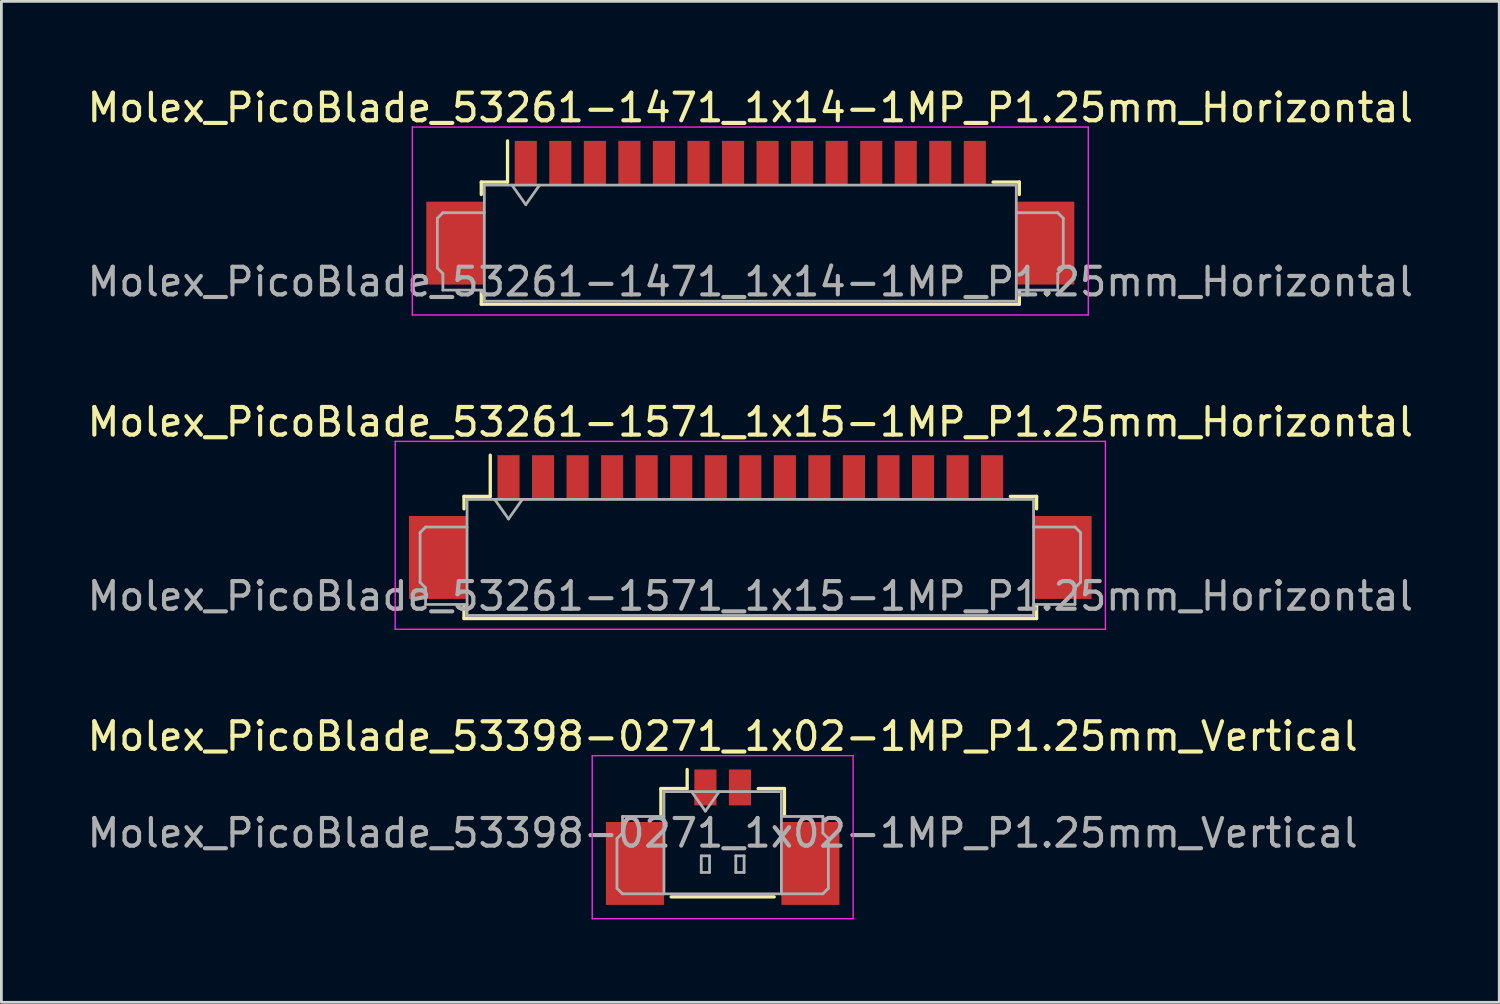
<source format=kicad_pcb>
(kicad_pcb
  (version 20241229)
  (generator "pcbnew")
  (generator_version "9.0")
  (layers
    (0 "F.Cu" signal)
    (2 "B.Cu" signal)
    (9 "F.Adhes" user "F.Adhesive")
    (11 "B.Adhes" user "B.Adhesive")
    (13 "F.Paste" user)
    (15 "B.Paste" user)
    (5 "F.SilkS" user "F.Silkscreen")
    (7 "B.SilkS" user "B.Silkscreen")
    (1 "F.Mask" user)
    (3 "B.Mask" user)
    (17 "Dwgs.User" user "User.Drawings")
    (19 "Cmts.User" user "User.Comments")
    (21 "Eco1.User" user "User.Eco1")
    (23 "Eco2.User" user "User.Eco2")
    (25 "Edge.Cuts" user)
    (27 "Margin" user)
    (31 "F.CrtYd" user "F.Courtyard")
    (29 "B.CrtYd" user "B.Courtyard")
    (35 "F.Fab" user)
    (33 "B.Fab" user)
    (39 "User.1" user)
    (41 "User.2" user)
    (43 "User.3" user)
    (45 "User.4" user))
  (footprint "Molex_PicoBlade_53261-1471_1x14-1MP_P1.25mm_Horizontal"
    (layer "F.Cu")
    (at 24.101 5.248)
    (property "Reference" "Molex_PicoBlade_53261-1471_1x14-1MP_P1.25mm_Horizontal" (at 0 -4.4 0) (layer "F.SilkS") (effects (font (size 1 1) (thickness 0.15))))
    (attr smd)
    (fp_line (start -9.735 -1.71) (end -8.785 -1.71) (stroke (width 0.12) (type solid)) (layer "F.SilkS"))
    (fp_line (start -9.735 -1.26) (end -9.735 -1.71) (stroke (width 0.12) (type solid)) (layer "F.SilkS"))
    (fp_line (start -9.735 2.26) (end -9.735 2.71) (stroke (width 0.12) (type solid)) (layer "F.SilkS"))
    (fp_line (start -9.735 2.71) (end 9.735 2.71) (stroke (width 0.12) (type solid)) (layer "F.SilkS"))
    (fp_line (start -8.785 -1.71) (end -8.785 -3.2) (stroke (width 0.12) (type solid)) (layer "F.SilkS"))
    (fp_line (start 9.735 -1.71) (end 8.785 -1.71) (stroke (width 0.12) (type solid)) (layer "F.SilkS"))
    (fp_line (start 9.735 -1.26) (end 9.735 -1.71) (stroke (width 0.12) (type solid)) (layer "F.SilkS"))
    (fp_line (start 9.735 2.71) (end 9.735 2.26) (stroke (width 0.12) (type solid)) (layer "F.SilkS"))
    (fp_line (start -12.23 -3.7) (end -12.23 3.1) (stroke (width 0.05) (type solid)) (layer "F.CrtYd"))
    (fp_line (start -12.23 3.1) (end 12.23 3.1) (stroke (width 0.05) (type solid)) (layer "F.CrtYd"))
    (fp_line (start 12.23 -3.7) (end -12.23 -3.7) (stroke (width 0.05) (type solid)) (layer "F.CrtYd"))
    (fp_line (start 12.23 3.1) (end 12.23 -3.7) (stroke (width 0.05) (type solid)) (layer "F.CrtYd"))
    (fp_line (start -11.325 -0.4) (end -11.325 1.4) (stroke (width 0.1) (type solid)) (layer "F.Fab"))
    (fp_line (start -11.325 1.4) (end -11.125 1.6) (stroke (width 0.1) (type solid)) (layer "F.Fab"))
    (fp_line (start -11.125 -0.6) (end -11.325 -0.4) (stroke (width 0.1) (type solid)) (layer "F.Fab"))
    (fp_line (start -11.125 1.6) (end -11.125 2.2) (stroke (width 0.1) (type solid)) (layer "F.Fab"))
    (fp_line (start -11.125 2.2) (end -9.625 2.2) (stroke (width 0.1) (type solid)) (layer "F.Fab"))
    (fp_line (start -9.625 -1.6) (end -9.625 2.6) (stroke (width 0.1) (type solid)) (layer "F.Fab"))
    (fp_line (start -9.625 -1.6) (end 9.625 -1.6) (stroke (width 0.1) (type solid)) (layer "F.Fab"))
    (fp_line (start -9.625 -0.6) (end -11.125 -0.6) (stroke (width 0.1) (type solid)) (layer "F.Fab"))
    (fp_line (start -9.625 2.6) (end 9.625 2.6) (stroke (width 0.1) (type solid)) (layer "F.Fab"))
    (fp_line (start -8.625 -1.6) (end -8.125 -0.893) (stroke (width 0.1) (type solid)) (layer "F.Fab"))
    (fp_line (start -8.125 -0.893) (end -7.625 -1.6) (stroke (width 0.1) (type solid)) (layer "F.Fab"))
    (fp_line (start 9.625 -1.6) (end 9.625 2.6) (stroke (width 0.1) (type solid)) (layer "F.Fab"))
    (fp_line (start 9.625 -0.6) (end 11.125 -0.6) (stroke (width 0.1) (type solid)) (layer "F.Fab"))
    (fp_line (start 11.125 -0.6) (end 11.325 -0.4) (stroke (width 0.1) (type solid)) (layer "F.Fab"))
    (fp_line (start 11.125 1.6) (end 11.125 2.2) (stroke (width 0.1) (type solid)) (layer "F.Fab"))
    (fp_line (start 11.125 2.2) (end 9.625 2.2) (stroke (width 0.1) (type solid)) (layer "F.Fab"))
    (fp_line (start 11.325 -0.4) (end 11.325 1.4) (stroke (width 0.1) (type solid)) (layer "F.Fab"))
    (fp_line (start 11.325 1.4) (end 11.125 1.6) (stroke (width 0.1) (type solid)) (layer "F.Fab"))
    (fp_text user "${REFERENCE}" (at 0 1.9 0) (layer "F.Fab") (effects (font (size 1 1) (thickness 0.15))))
    (pad "1" smd rect (at -8.125 -2.4) (size 0.8 1.6) (layers "F.Cu" "F.Mask" "F.Paste"))
    (pad "2" smd rect (at -6.875 -2.4) (size 0.8 1.6) (layers "F.Cu" "F.Mask" "F.Paste"))
    (pad "3" smd rect (at -5.625 -2.4) (size 0.8 1.6) (layers "F.Cu" "F.Mask" "F.Paste"))
    (pad "4" smd rect (at -4.375 -2.4) (size 0.8 1.6) (layers "F.Cu" "F.Mask" "F.Paste"))
    (pad "5" smd rect (at -3.125 -2.4) (size 0.8 1.6) (layers "F.Cu" "F.Mask" "F.Paste"))
    (pad "6" smd rect (at -1.875 -2.4) (size 0.8 1.6) (layers "F.Cu" "F.Mask" "F.Paste"))
    (pad "7" smd rect (at -0.625 -2.4) (size 0.8 1.6) (layers "F.Cu" "F.Mask" "F.Paste"))
    (pad "8" smd rect (at 0.625 -2.4) (size 0.8 1.6) (layers "F.Cu" "F.Mask" "F.Paste"))
    (pad "9" smd rect (at 1.875 -2.4) (size 0.8 1.6) (layers "F.Cu" "F.Mask" "F.Paste"))
    (pad "10" smd rect (at 3.125 -2.4) (size 0.8 1.6) (layers "F.Cu" "F.Mask" "F.Paste"))
    (pad "11" smd rect (at 4.375 -2.4) (size 0.8 1.6) (layers "F.Cu" "F.Mask" "F.Paste"))
    (pad "12" smd rect (at 5.625 -2.4) (size 0.8 1.6) (layers "F.Cu" "F.Mask" "F.Paste"))
    (pad "13" smd rect (at 6.875 -2.4) (size 0.8 1.6) (layers "F.Cu" "F.Mask" "F.Paste"))
    (pad "14" smd rect (at 8.125 -2.4) (size 0.8 1.6) (layers "F.Cu" "F.Mask" "F.Paste"))
    (pad "MP" smd rect (at -10.675 0.5) (size 2.1 3) (layers "F.Cu" "F.Mask" "F.Paste"))
    (pad "MP" smd rect (at 10.675 0.5) (size 2.1 3) (layers "F.Cu" "F.Mask" "F.Paste")))
  (footprint "Molex_PicoBlade_53261-1571_1x15-1MP_P1.25mm_Horizontal"
    (layer "F.Cu")
    (at 24.101 16.622)
    (property "Reference" "Molex_PicoBlade_53261-1571_1x15-1MP_P1.25mm_Horizontal" (at 0 -4.4 0) (layer "F.SilkS") (effects (font (size 1 1) (thickness 0.15))))
    (attr smd)
    (fp_line (start -10.36 -1.71) (end -9.41 -1.71) (stroke (width 0.12) (type solid)) (layer "F.SilkS"))
    (fp_line (start -10.36 -1.26) (end -10.36 -1.71) (stroke (width 0.12) (type solid)) (layer "F.SilkS"))
    (fp_line (start -10.36 2.26) (end -10.36 2.71) (stroke (width 0.12) (type solid)) (layer "F.SilkS"))
    (fp_line (start -10.36 2.71) (end 10.36 2.71) (stroke (width 0.12) (type solid)) (layer "F.SilkS"))
    (fp_line (start -9.41 -1.71) (end -9.41 -3.2) (stroke (width 0.12) (type solid)) (layer "F.SilkS"))
    (fp_line (start 10.36 -1.71) (end 9.41 -1.71) (stroke (width 0.12) (type solid)) (layer "F.SilkS"))
    (fp_line (start 10.36 -1.26) (end 10.36 -1.71) (stroke (width 0.12) (type solid)) (layer "F.SilkS"))
    (fp_line (start 10.36 2.71) (end 10.36 2.26) (stroke (width 0.12) (type solid)) (layer "F.SilkS"))
    (fp_line (start -12.85 -3.7) (end -12.85 3.1) (stroke (width 0.05) (type solid)) (layer "F.CrtYd"))
    (fp_line (start -12.85 3.1) (end 12.85 3.1) (stroke (width 0.05) (type solid)) (layer "F.CrtYd"))
    (fp_line (start 12.85 -3.7) (end -12.85 -3.7) (stroke (width 0.05) (type solid)) (layer "F.CrtYd"))
    (fp_line (start 12.85 3.1) (end 12.85 -3.7) (stroke (width 0.05) (type solid)) (layer "F.CrtYd"))
    (fp_line (start -11.95 -0.4) (end -11.95 1.4) (stroke (width 0.1) (type solid)) (layer "F.Fab"))
    (fp_line (start -11.95 1.4) (end -11.75 1.6) (stroke (width 0.1) (type solid)) (layer "F.Fab"))
    (fp_line (start -11.75 -0.6) (end -11.95 -0.4) (stroke (width 0.1) (type solid)) (layer "F.Fab"))
    (fp_line (start -11.75 1.6) (end -11.75 2.2) (stroke (width 0.1) (type solid)) (layer "F.Fab"))
    (fp_line (start -11.75 2.2) (end -10.25 2.2) (stroke (width 0.1) (type solid)) (layer "F.Fab"))
    (fp_line (start -10.25 -1.6) (end -10.25 2.6) (stroke (width 0.1) (type solid)) (layer "F.Fab"))
    (fp_line (start -10.25 -1.6) (end 10.25 -1.6) (stroke (width 0.1) (type solid)) (layer "F.Fab"))
    (fp_line (start -10.25 -0.6) (end -11.75 -0.6) (stroke (width 0.1) (type solid)) (layer "F.Fab"))
    (fp_line (start -10.25 2.6) (end 10.25 2.6) (stroke (width 0.1) (type solid)) (layer "F.Fab"))
    (fp_line (start -9.25 -1.6) (end -8.75 -0.893) (stroke (width 0.1) (type solid)) (layer "F.Fab"))
    (fp_line (start -8.75 -0.893) (end -8.25 -1.6) (stroke (width 0.1) (type solid)) (layer "F.Fab"))
    (fp_line (start 10.25 -1.6) (end 10.25 2.6) (stroke (width 0.1) (type solid)) (layer "F.Fab"))
    (fp_line (start 10.25 -0.6) (end 11.75 -0.6) (stroke (width 0.1) (type solid)) (layer "F.Fab"))
    (fp_line (start 11.75 -0.6) (end 11.95 -0.4) (stroke (width 0.1) (type solid)) (layer "F.Fab"))
    (fp_line (start 11.75 1.6) (end 11.75 2.2) (stroke (width 0.1) (type solid)) (layer "F.Fab"))
    (fp_line (start 11.75 2.2) (end 10.25 2.2) (stroke (width 0.1) (type solid)) (layer "F.Fab"))
    (fp_line (start 11.95 -0.4) (end 11.95 1.4) (stroke (width 0.1) (type solid)) (layer "F.Fab"))
    (fp_line (start 11.95 1.4) (end 11.75 1.6) (stroke (width 0.1) (type solid)) (layer "F.Fab"))
    (fp_text user "${REFERENCE}" (at 0 1.9 0) (layer "F.Fab") (effects (font (size 1 1) (thickness 0.15))))
    (pad "1" smd rect (at -8.75 -2.4) (size 0.8 1.6) (layers "F.Cu" "F.Mask" "F.Paste"))
    (pad "2" smd rect (at -7.5 -2.4) (size 0.8 1.6) (layers "F.Cu" "F.Mask" "F.Paste"))
    (pad "3" smd rect (at -6.25 -2.4) (size 0.8 1.6) (layers "F.Cu" "F.Mask" "F.Paste"))
    (pad "4" smd rect (at -5 -2.4) (size 0.8 1.6) (layers "F.Cu" "F.Mask" "F.Paste"))
    (pad "5" smd rect (at -3.75 -2.4) (size 0.8 1.6) (layers "F.Cu" "F.Mask" "F.Paste"))
    (pad "6" smd rect (at -2.5 -2.4) (size 0.8 1.6) (layers "F.Cu" "F.Mask" "F.Paste"))
    (pad "7" smd rect (at -1.25 -2.4) (size 0.8 1.6) (layers "F.Cu" "F.Mask" "F.Paste"))
    (pad "8" smd rect (at 0 -2.4) (size 0.8 1.6) (layers "F.Cu" "F.Mask" "F.Paste"))
    (pad "9" smd rect (at 1.25 -2.4) (size 0.8 1.6) (layers "F.Cu" "F.Mask" "F.Paste"))
    (pad "10" smd rect (at 2.5 -2.4) (size 0.8 1.6) (layers "F.Cu" "F.Mask" "F.Paste"))
    (pad "11" smd rect (at 3.75 -2.4) (size 0.8 1.6) (layers "F.Cu" "F.Mask" "F.Paste"))
    (pad "12" smd rect (at 5 -2.4) (size 0.8 1.6) (layers "F.Cu" "F.Mask" "F.Paste"))
    (pad "13" smd rect (at 6.25 -2.4) (size 0.8 1.6) (layers "F.Cu" "F.Mask" "F.Paste"))
    (pad "14" smd rect (at 7.5 -2.4) (size 0.8 1.6) (layers "F.Cu" "F.Mask" "F.Paste"))
    (pad "15" smd rect (at 8.75 -2.4) (size 0.8 1.6) (layers "F.Cu" "F.Mask" "F.Paste"))
    (pad "MP" smd rect (at -11.3 0.5) (size 2.1 3) (layers "F.Cu" "F.Mask" "F.Paste"))
    (pad "MP" smd rect (at 11.3 0.5) (size 2.1 3) (layers "F.Cu" "F.Mask" "F.Paste")))
  (footprint "Molex_PicoBlade_53398-0271_1x02-1MP_P1.25mm_Vertical"
    (layer "F.Cu")
    (at 23.101 26.695)
    (property "Reference" "Molex_PicoBlade_53398-0271_1x02-1MP_P1.25mm_Vertical" (at 0 -3.1 0) (layer "F.SilkS") (effects (font (size 1 1) (thickness 0.15))))
    (attr smd)
    (fp_line (start -2.235 -1.21) (end -1.285 -1.21) (stroke (width 0.12) (type solid)) (layer "F.SilkS"))
    (fp_line (start -2.235 -0.26) (end -2.235 -1.21) (stroke (width 0.12) (type solid)) (layer "F.SilkS"))
    (fp_line (start -1.865 2.71) (end 1.865 2.71) (stroke (width 0.12) (type solid)) (layer "F.SilkS"))
    (fp_line (start -1.285 -1.21) (end -1.285 -1.9) (stroke (width 0.12) (type solid)) (layer "F.SilkS"))
    (fp_line (start 2.235 -1.21) (end 1.285 -1.21) (stroke (width 0.12) (type solid)) (layer "F.SilkS"))
    (fp_line (start 2.235 -0.26) (end 2.235 -1.21) (stroke (width 0.12) (type solid)) (layer "F.SilkS"))
    (fp_line (start -4.72 -2.4) (end -4.72 3.5) (stroke (width 0.05) (type solid)) (layer "F.CrtYd"))
    (fp_line (start -4.72 3.5) (end 4.72 3.5) (stroke (width 0.05) (type solid)) (layer "F.CrtYd"))
    (fp_line (start 4.72 -2.4) (end -4.72 -2.4) (stroke (width 0.05) (type solid)) (layer "F.CrtYd"))
    (fp_line (start 4.72 3.5) (end 4.72 -2.4) (stroke (width 0.05) (type solid)) (layer "F.CrtYd"))
    (fp_line (start -3.825 0.6) (end -3.625 0.4) (stroke (width 0.1) (type solid)) (layer "F.Fab"))
    (fp_line (start -3.825 2.4) (end -3.825 0.6) (stroke (width 0.1) (type solid)) (layer "F.Fab"))
    (fp_line (start -3.625 -0.2) (end -2.125 -0.2) (stroke (width 0.1) (type solid)) (layer "F.Fab"))
    (fp_line (start -3.625 0.4) (end -3.625 -0.2) (stroke (width 0.1) (type solid)) (layer "F.Fab"))
    (fp_line (start -3.625 2.6) (end -3.825 2.4) (stroke (width 0.1) (type solid)) (layer "F.Fab"))
    (fp_line (start -2.125 -1.1) (end -2.125 2.6) (stroke (width 0.1) (type solid)) (layer "F.Fab"))
    (fp_line (start -2.125 -1.1) (end 2.125 -1.1) (stroke (width 0.1) (type solid)) (layer "F.Fab"))
    (fp_line (start -2.125 2.6) (end -3.625 2.6) (stroke (width 0.1) (type solid)) (layer "F.Fab"))
    (fp_line (start -2.125 2.6) (end 2.125 2.6) (stroke (width 0.1) (type solid)) (layer "F.Fab"))
    (fp_line (start -1.125 -1.1) (end -0.625 -0.393) (stroke (width 0.1) (type solid)) (layer "F.Fab"))
    (fp_line (start -0.775 1.225) (end -0.775 1.825) (stroke (width 0.1) (type solid)) (layer "F.Fab"))
    (fp_line (start -0.775 1.825) (end -0.475 1.825) (stroke (width 0.1) (type solid)) (layer "F.Fab"))
    (fp_line (start -0.625 -0.393) (end -0.125 -1.1) (stroke (width 0.1) (type solid)) (layer "F.Fab"))
    (fp_line (start -0.475 1.225) (end -0.775 1.225) (stroke (width 0.1) (type solid)) (layer "F.Fab"))
    (fp_line (start -0.475 1.825) (end -0.475 1.225) (stroke (width 0.1) (type solid)) (layer "F.Fab"))
    (fp_line (start 0.475 1.225) (end 0.475 1.825) (stroke (width 0.1) (type solid)) (layer "F.Fab"))
    (fp_line (start 0.475 1.825) (end 0.775 1.825) (stroke (width 0.1) (type solid)) (layer "F.Fab"))
    (fp_line (start 0.775 1.225) (end 0.475 1.225) (stroke (width 0.1) (type solid)) (layer "F.Fab"))
    (fp_line (start 0.775 1.825) (end 0.775 1.225) (stroke (width 0.1) (type solid)) (layer "F.Fab"))
    (fp_line (start 2.125 -1.1) (end 2.125 2.6) (stroke (width 0.1) (type solid)) (layer "F.Fab"))
    (fp_line (start 2.125 2.6) (end 3.625 2.6) (stroke (width 0.1) (type solid)) (layer "F.Fab"))
    (fp_line (start 3.625 -0.2) (end 2.125 -0.2) (stroke (width 0.1) (type solid)) (layer "F.Fab"))
    (fp_line (start 3.625 0.4) (end 3.625 -0.2) (stroke (width 0.1) (type solid)) (layer "F.Fab"))
    (fp_line (start 3.625 2.6) (end 3.825 2.4) (stroke (width 0.1) (type solid)) (layer "F.Fab"))
    (fp_line (start 3.825 0.6) (end 3.625 0.4) (stroke (width 0.1) (type solid)) (layer "F.Fab"))
    (fp_line (start 3.825 2.4) (end 3.825 0.6) (stroke (width 0.1) (type solid)) (layer "F.Fab"))
    (fp_text user "${REFERENCE}" (at 0 0.4 0) (layer "F.Fab") (effects (font (size 1 1) (thickness 0.15))))
    (pad "1" smd rect (at -0.625 -1.25) (size 0.8 1.3) (layers "F.Cu" "F.Mask" "F.Paste"))
    (pad "2" smd rect (at 0.625 -1.25) (size 0.8 1.3) (layers "F.Cu" "F.Mask" "F.Paste"))
    (pad "MP" smd rect (at -3.175 1.5) (size 2.1 3) (layers "F.Cu" "F.Mask" "F.Paste"))
    (pad "MP" smd rect (at 3.175 1.5) (size 2.1 3) (layers "F.Cu" "F.Mask" "F.Paste")))
  (gr_rect
    (start -3 -3)
    (end 51.202 33.22)
    (stroke (width 0.1) (type default))
    (fill no)
    (layer "Edge.Cuts")))
</source>
